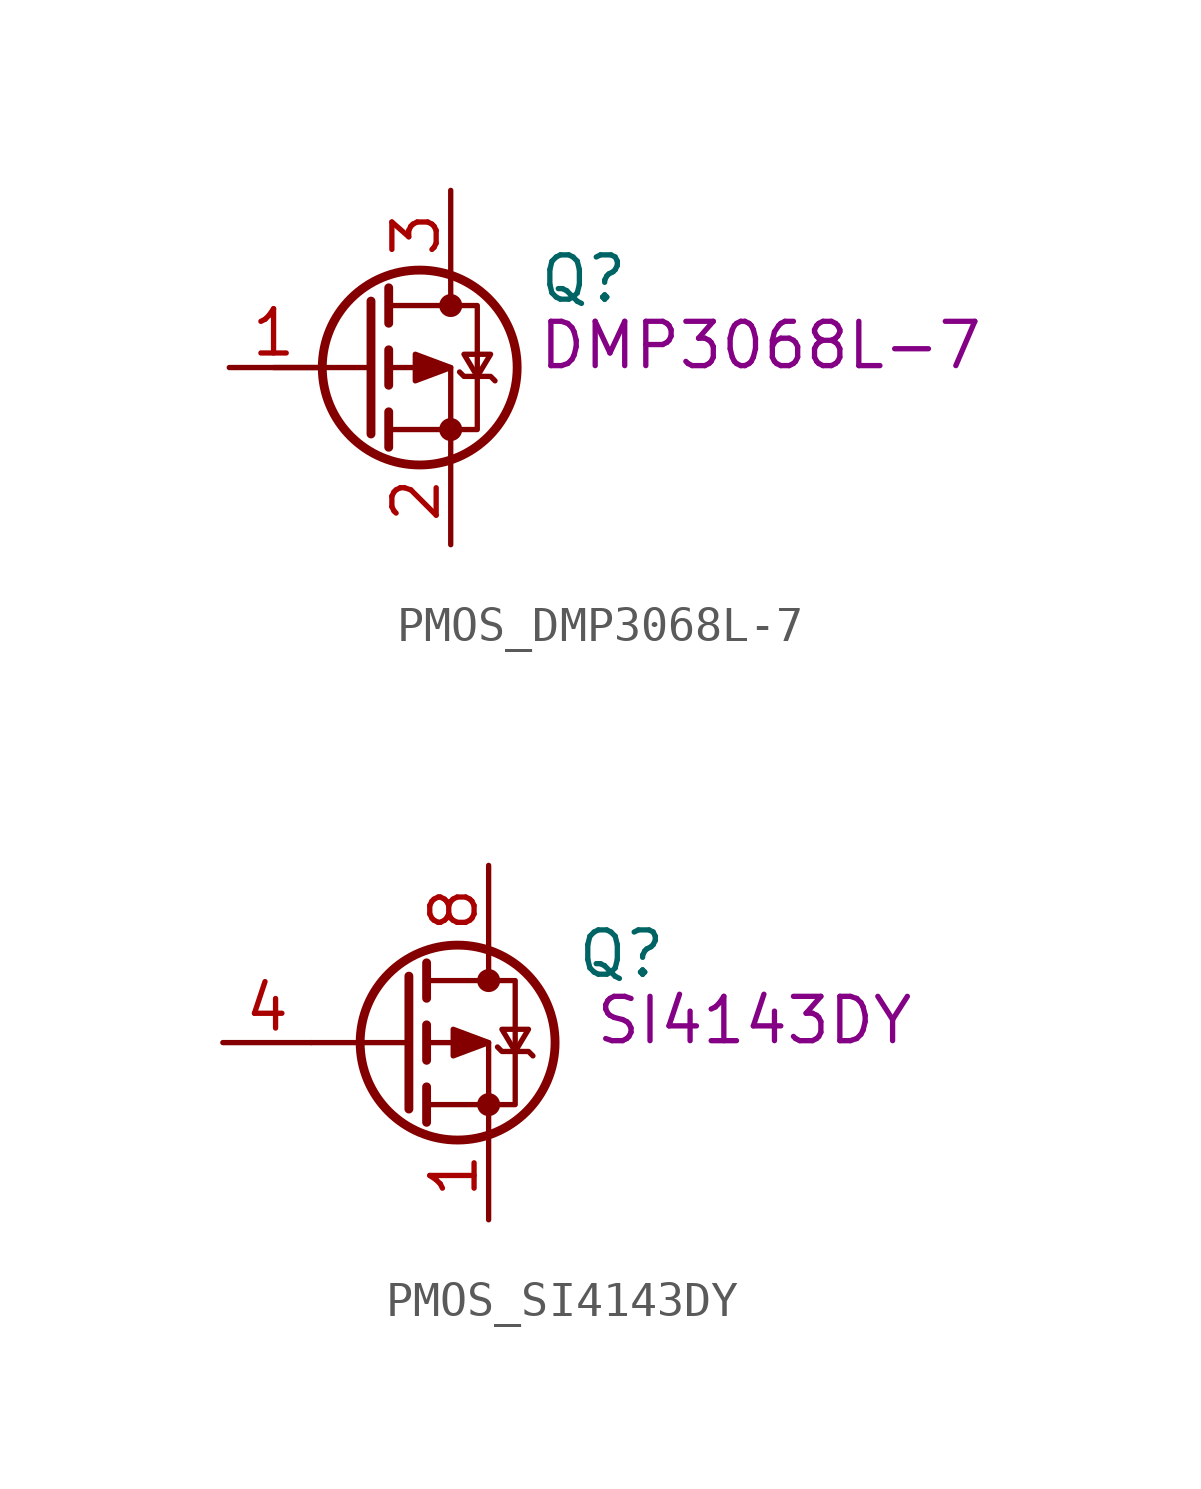
<source format=kicad_sym>
(kicad_symbol_lib
  (version 20211014)
  (generator kicad_symbol_editor)
  (symbol "PMOS_DMP3068L-7"
    (pin_names hide)
    (property "Reference" "Q"
      (at 3.81 2.54 0)
      (effects (font (size 1.27 1.27))))
    (property "ManufPartID" "DMP3068L-7"
      (at 8.89 0.635 0)
      (effects (font (size 1.27 1.27))))
    (symbol "PMOS_DMP3068L-7_0_1"
      (circle (center -0.889 0) (radius 2.794) (stroke (width 0.254) (type default) (color 0 0 0 0)) (fill (type none)))
      (circle (center 0 -1.778) (radius 0.254) (stroke (width 0) (type default) (color 0 0 0 0)) (fill (type outline)))
      (polyline (pts (xy -2.286 0) (xy -5.08 0)) (stroke (width 0) (type default) (color 0 0 0 0)) (fill (type none)))
      (polyline (pts (xy -2.286 1.905) (xy -2.286 -1.905)) (stroke (width 0.254) (type default) (color 0 0 0 0)) (fill (type none)))
      (polyline (pts (xy -1.778 -1.27) (xy -1.778 -2.286)) (stroke (width 0.254) (type default) (color 0 0 0 0)) (fill (type none)))
      (polyline (pts (xy -1.778 0.508) (xy -1.778 -0.508)) (stroke (width 0.254) (type default) (color 0 0 0 0)) (fill (type none)))
      (polyline (pts (xy -1.778 2.286) (xy -1.778 1.27)) (stroke (width 0.254) (type default) (color 0 0 0 0)) (fill (type none)))
      (polyline (pts (xy 0 2.54) (xy 0 1.778)) (stroke (width 0) (type default) (color 0 0 0 0)) (fill (type none)))
      (polyline (pts (xy 0 -2.54) (xy 0 0) (xy -1.778 0)) (stroke (width 0) (type default) (color 0 0 0 0)) (fill (type none)))
      (polyline (pts (xy -1.778 -1.778) (xy 0.762 -1.778) (xy 0.762 1.778) (xy -1.778 1.778)) (stroke (width 0) (type default) (color 0 0 0 0)) (fill (type none)))
      (polyline (pts (xy 0 0) (xy -1.016 -0.381) (xy -1.016 0.381) (xy 0 0)) (stroke (width 0) (type default) (color 0 0 0 0)) (fill (type outline)))
      (polyline (pts (xy 0.254 -0.127) (xy 0.381 -0.254) (xy 1.143 -0.254) (xy 1.27 -0.381)) (stroke (width 0) (type default) (color 0 0 0 0)) (fill (type none)))
      (polyline (pts (xy 0.762 -0.254) (xy 1.143 0.381) (xy 0.381 0.381) (xy 0.762 -0.254)) (stroke (width 0) (type default) (color 0 0 0 0)) (fill (type none)))
      (circle (center 0 1.778) (radius 0.254) (stroke (width 0) (type default) (color 0 0 0 0)) (fill (type outline))))
    (symbol "PMOS_DMP3068L-7_1_1"
      (pin input line (at -6.35 0 0) (length 2.54) (name "G" (effects (font (size 1.27 1.27)))) (number "1" (effects (font (size 1.27 1.27)))))
      (pin passive line (at 0 -5.08 90) (length 2.54) (name "S" (effects (font (size 1.27 1.27)))) (number "2" (effects (font (size 1.27 1.27)))))
      (pin passive line (at 0 5.08 270) (length 2.54) (name "D" (effects (font (size 1.27 1.27)))) (number "3" (effects (font (size 1.27 1.27)))))))
  (symbol "PMOS_SI4143DY"
    (pin_names hide)
    (property "Reference" "Q"
      (at 3.81 2.54 0)
      (effects (font (size 1.27 1.27))))
    (property "ManufPartID" "SI4143DY"
      (at 7.62 0.635 0)
      (effects (font (size 1.27 1.27))))
    (symbol "PMOS_SI4143DY_0_1"
      (circle (center -0.889 0) (radius 2.794) (stroke (width 0.254) (type default) (color 0 0 0 0)) (fill (type none)))
      (circle (center 0 -1.778) (radius 0.254) (stroke (width 0) (type default) (color 0 0 0 0)) (fill (type outline)))
      (polyline (pts (xy -2.286 0) (xy -5.08 0)) (stroke (width 0) (type default) (color 0 0 0 0)) (fill (type none)))
      (polyline (pts (xy -2.286 1.905) (xy -2.286 -1.905)) (stroke (width 0.254) (type default) (color 0 0 0 0)) (fill (type none)))
      (polyline (pts (xy -1.778 -1.27) (xy -1.778 -2.286)) (stroke (width 0.254) (type default) (color 0 0 0 0)) (fill (type none)))
      (polyline (pts (xy -1.778 0.508) (xy -1.778 -0.508)) (stroke (width 0.254) (type default) (color 0 0 0 0)) (fill (type none)))
      (polyline (pts (xy -1.778 2.286) (xy -1.778 1.27)) (stroke (width 0.254) (type default) (color 0 0 0 0)) (fill (type none)))
      (polyline (pts (xy 0 2.54) (xy 0 1.778)) (stroke (width 0) (type default) (color 0 0 0 0)) (fill (type none)))
      (polyline (pts (xy 0 -2.54) (xy 0 0) (xy -1.778 0)) (stroke (width 0) (type default) (color 0 0 0 0)) (fill (type none)))
      (polyline (pts (xy -1.778 -1.778) (xy 0.762 -1.778) (xy 0.762 1.778) (xy -1.778 1.778)) (stroke (width 0) (type default) (color 0 0 0 0)) (fill (type none)))
      (polyline (pts (xy 0 0) (xy -1.016 -0.381) (xy -1.016 0.381) (xy 0 0)) (stroke (width 0) (type default) (color 0 0 0 0)) (fill (type outline)))
      (polyline (pts (xy 0.254 -0.127) (xy 0.381 -0.254) (xy 1.143 -0.254) (xy 1.27 -0.381)) (stroke (width 0) (type default) (color 0 0 0 0)) (fill (type none)))
      (polyline (pts (xy 0.762 -0.254) (xy 1.143 0.381) (xy 0.381 0.381) (xy 0.762 -0.254)) (stroke (width 0) (type default) (color 0 0 0 0)) (fill (type none)))
      (circle (center 0 1.778) (radius 0.254) (stroke (width 0) (type default) (color 0 0 0 0)) (fill (type outline))))
    (symbol "PMOS_SI4143DY_1_1"
      (pin passive line (at 0 -5.08 90) (length 2.54) (name "S" (effects (font (size 1.27 1.27)))) (number "1" (effects (font (size 1.27 1.27)))))
      (pin passive line (at 0 -5.08 90) (length 2.54) hide (name "S" (effects (font (size 1.27 1.27)))) (number "2" (effects (font (size 1.27 1.27)))))
      (pin passive line (at 0 -5.08 90) (length 2.54) hide (name "S" (effects (font (size 1.27 1.27)))) (number "3" (effects (font (size 1.27 1.27)))))
      (pin input line (at -7.62 0 0) (length 2.54) (name "G" (effects (font (size 1.27 1.27)))) (number "4" (effects (font (size 1.27 1.27)))))
      (pin passive line (at 0 5.08 270) (length 2.54) hide (name "D" (effects (font (size 1.27 1.27)))) (number "5" (effects (font (size 1.27 1.27)))))
      (pin passive line (at 0 5.08 270) (length 2.54) hide (name "D" (effects (font (size 1.27 1.27)))) (number "6" (effects (font (size 1.27 1.27)))))
      (pin passive line (at 0 5.08 270) (length 2.54) hide (name "D" (effects (font (size 1.27 1.27)))) (number "7" (effects (font (size 1.27 1.27)))))
      (pin passive line (at 0 5.08 270) (length 2.54) (name "D" (effects (font (size 1.27 1.27)))) (number "8" (effects (font (size 1.27 1.27))))))))
</source>
